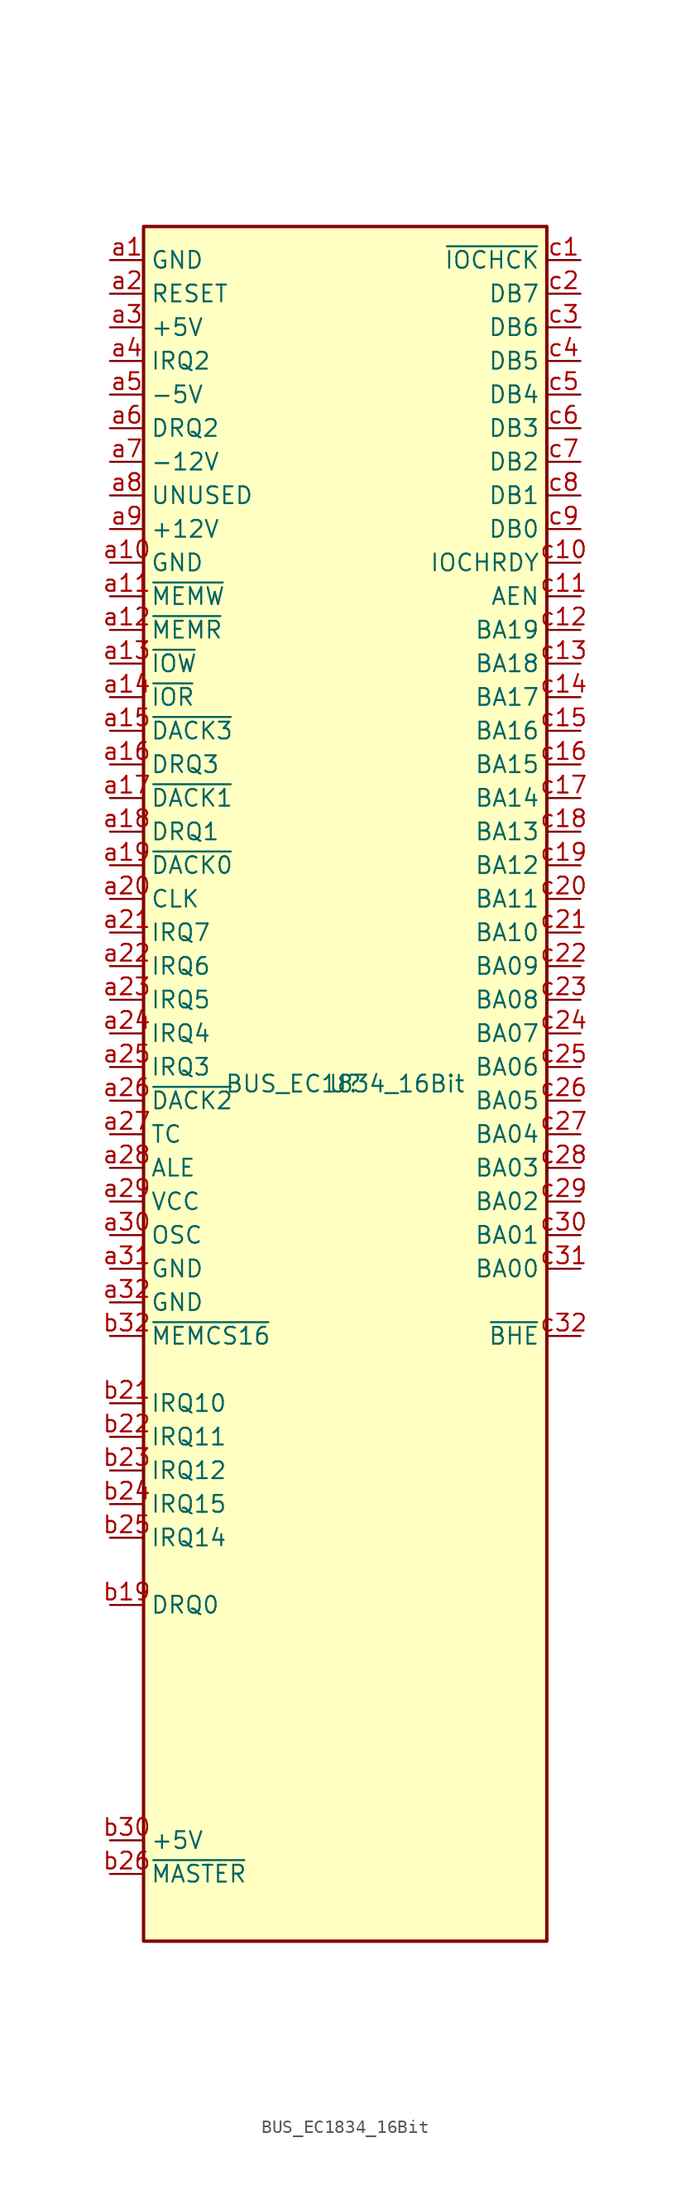
<source format=kicad_sym>
(kicad_symbol_lib
  (version 20211014)
  (generator kicad_symbol_editor)
  (symbol "BUS_EC1834_16Bit"
    (property "Reference" "U"
      (at 0 0 0)
      (effects (font (size 1.27 1.27))))
    (property "Value" "BUS_EC1834_16Bit"
      (at 0 0 0)
      (effects (font (size 1.27 1.27))))
    (symbol "BUS_EC1834_16Bit_0_1"
      (rectangle (start -15.24 -64.77) (end 15.24 64.77) (stroke (width 0.254) (type default) (color 0 0 0 0)) (fill (type background))))
    (symbol "BUS_EC1834_16Bit_1_1"
      (pin power_in line (at -17.78 62.23 0) (length 2.54) (name "GND" (effects (font (size 1.27 1.27)))) (number "a1" (effects (font (size 1.27 1.27)))))
      (pin power_in line (at -17.78 39.37 0) (length 2.54) (name "GND" (effects (font (size 1.27 1.27)))) (number "a10" (effects (font (size 1.27 1.27)))))
      (pin output line (at -17.78 36.83 0) (length 2.54) (name "~{MEMW}" (effects (font (size 1.27 1.27)))) (number "a11" (effects (font (size 1.27 1.27)))))
      (pin output line (at -17.78 34.29 0) (length 2.54) (name "~{MEMR}" (effects (font (size 1.27 1.27)))) (number "a12" (effects (font (size 1.27 1.27)))))
      (pin output line (at -17.78 31.75 0) (length 2.54) (name "~{IOW}" (effects (font (size 1.27 1.27)))) (number "a13" (effects (font (size 1.27 1.27)))))
      (pin output line (at -17.78 29.21 0) (length 2.54) (name "~{IOR}" (effects (font (size 1.27 1.27)))) (number "a14" (effects (font (size 1.27 1.27)))))
      (pin passive line (at -17.78 26.67 0) (length 2.54) (name "~{DACK3}" (effects (font (size 1.27 1.27)))) (number "a15" (effects (font (size 1.27 1.27)))))
      (pin passive line (at -17.78 24.13 0) (length 2.54) (name "DRQ3" (effects (font (size 1.27 1.27)))) (number "a16" (effects (font (size 1.27 1.27)))))
      (pin passive line (at -17.78 21.59 0) (length 2.54) (name "~{DACK1}" (effects (font (size 1.27 1.27)))) (number "a17" (effects (font (size 1.27 1.27)))))
      (pin passive line (at -17.78 19.05 0) (length 2.54) (name "DRQ1" (effects (font (size 1.27 1.27)))) (number "a18" (effects (font (size 1.27 1.27)))))
      (pin passive line (at -17.78 16.51 0) (length 2.54) (name "~{DACK0}" (effects (font (size 1.27 1.27)))) (number "a19" (effects (font (size 1.27 1.27)))))
      (pin output line (at -17.78 59.69 0) (length 2.54) (name "RESET" (effects (font (size 1.27 1.27)))) (number "a2" (effects (font (size 1.27 1.27)))))
      (pin output line (at -17.78 13.97 0) (length 2.54) (name "CLK" (effects (font (size 1.27 1.27)))) (number "a20" (effects (font (size 1.27 1.27)))))
      (pin passive line (at -17.78 11.43 0) (length 2.54) (name "IRQ7" (effects (font (size 1.27 1.27)))) (number "a21" (effects (font (size 1.27 1.27)))))
      (pin passive line (at -17.78 8.89 0) (length 2.54) (name "IRQ6" (effects (font (size 1.27 1.27)))) (number "a22" (effects (font (size 1.27 1.27)))))
      (pin passive line (at -17.78 6.35 0) (length 2.54) (name "IRQ5" (effects (font (size 1.27 1.27)))) (number "a23" (effects (font (size 1.27 1.27)))))
      (pin passive line (at -17.78 3.81 0) (length 2.54) (name "IRQ4" (effects (font (size 1.27 1.27)))) (number "a24" (effects (font (size 1.27 1.27)))))
      (pin passive line (at -17.78 1.27 0) (length 2.54) (name "IRQ3" (effects (font (size 1.27 1.27)))) (number "a25" (effects (font (size 1.27 1.27)))))
      (pin passive line (at -17.78 -1.27 0) (length 2.54) (name "~{DACK2}" (effects (font (size 1.27 1.27)))) (number "a26" (effects (font (size 1.27 1.27)))))
      (pin passive line (at -17.78 -3.81 0) (length 2.54) (name "TC" (effects (font (size 1.27 1.27)))) (number "a27" (effects (font (size 1.27 1.27)))))
      (pin output line (at -17.78 -6.35 0) (length 2.54) (name "ALE" (effects (font (size 1.27 1.27)))) (number "a28" (effects (font (size 1.27 1.27)))))
      (pin power_in line (at -17.78 -8.89 0) (length 2.54) (name "VCC" (effects (font (size 1.27 1.27)))) (number "a29" (effects (font (size 1.27 1.27)))))
      (pin power_in line (at -17.78 57.15 0) (length 2.54) (name "+5V" (effects (font (size 1.27 1.27)))) (number "a3" (effects (font (size 1.27 1.27)))))
      (pin output line (at -17.78 -11.43 0) (length 2.54) (name "OSC" (effects (font (size 1.27 1.27)))) (number "a30" (effects (font (size 1.27 1.27)))))
      (pin power_in line (at -17.78 -13.97 0) (length 2.54) (name "GND" (effects (font (size 1.27 1.27)))) (number "a31" (effects (font (size 1.27 1.27)))))
      (pin power_in line (at -17.78 -16.51 0) (length 2.54) (name "GND" (effects (font (size 1.27 1.27)))) (number "a32" (effects (font (size 1.27 1.27)))))
      (pin passive line (at -17.78 54.61 0) (length 2.54) (name "IRQ2" (effects (font (size 1.27 1.27)))) (number "a4" (effects (font (size 1.27 1.27)))))
      (pin power_in line (at -17.78 52.07 0) (length 2.54) (name "-5V" (effects (font (size 1.27 1.27)))) (number "a5" (effects (font (size 1.27 1.27)))))
      (pin passive line (at -17.78 49.53 0) (length 2.54) (name "DRQ2" (effects (font (size 1.27 1.27)))) (number "a6" (effects (font (size 1.27 1.27)))))
      (pin power_in line (at -17.78 46.99 0) (length 2.54) (name "-12V" (effects (font (size 1.27 1.27)))) (number "a7" (effects (font (size 1.27 1.27)))))
      (pin passive line (at -17.78 44.45 0) (length 2.54) (name "UNUSED" (effects (font (size 1.27 1.27)))) (number "a8" (effects (font (size 1.27 1.27)))))
      (pin power_in line (at -17.78 41.91 0) (length 2.54) (name "+12V" (effects (font (size 1.27 1.27)))) (number "a9" (effects (font (size 1.27 1.27)))))
      (pin no_connect line (at 17.78 -24.13 180) (length 2.54) hide (name "UNUSED" (effects (font (size 1.27 1.27)))) (number "b1" (effects (font (size 1.27 1.27)))))
      (pin no_connect line (at 17.78 -26.67 180) (length 2.54) hide (name "UNUSED" (effects (font (size 1.27 1.27)))) (number "b10" (effects (font (size 1.27 1.27)))))
      (pin no_connect line (at 17.78 -29.21 180) (length 2.54) hide (name "UNUSED" (effects (font (size 1.27 1.27)))) (number "b11" (effects (font (size 1.27 1.27)))))
      (pin no_connect line (at 17.78 -31.75 180) (length 2.54) hide (name "UNUSED" (effects (font (size 1.27 1.27)))) (number "b12" (effects (font (size 1.27 1.27)))))
      (pin no_connect line (at 17.78 -34.29 180) (length 2.54) hide (name "UNUSED" (effects (font (size 1.27 1.27)))) (number "b13" (effects (font (size 1.27 1.27)))))
      (pin no_connect line (at 17.78 -36.83 180) (length 2.54) hide (name "UNUSED" (effects (font (size 1.27 1.27)))) (number "b14" (effects (font (size 1.27 1.27)))))
      (pin no_connect line (at 17.78 -39.37 180) (length 2.54) hide (name "UNUSED" (effects (font (size 1.27 1.27)))) (number "b15" (effects (font (size 1.27 1.27)))))
      (pin no_connect line (at 17.78 -41.91 180) (length 2.54) hide (name "UNUSED" (effects (font (size 1.27 1.27)))) (number "b16" (effects (font (size 1.27 1.27)))))
      (pin no_connect line (at 17.78 -44.45 180) (length 2.54) hide (name "UNUSED" (effects (font (size 1.27 1.27)))) (number "b17" (effects (font (size 1.27 1.27)))))
      (pin no_connect line (at 17.78 -46.99 180) (length 2.54) hide (name "UNUSED" (effects (font (size 1.27 1.27)))) (number "b18" (effects (font (size 1.27 1.27)))))
      (pin passive line (at -17.78 -39.37 0) (length 2.54) (name "DRQ0" (effects (font (size 1.27 1.27)))) (number "b19" (effects (font (size 1.27 1.27)))))
      (pin no_connect line (at 17.78 -49.53 180) (length 2.54) hide (name "UNUSED" (effects (font (size 1.27 1.27)))) (number "b20" (effects (font (size 1.27 1.27)))))
      (pin passive line (at -17.78 -24.13 0) (length 2.54) (name "IRQ10" (effects (font (size 1.27 1.27)))) (number "b21" (effects (font (size 1.27 1.27)))))
      (pin passive line (at -17.78 -26.67 0) (length 2.54) (name "IRQ11" (effects (font (size 1.27 1.27)))) (number "b22" (effects (font (size 1.27 1.27)))))
      (pin passive line (at -17.78 -29.21 0) (length 2.54) (name "IRQ12" (effects (font (size 1.27 1.27)))) (number "b23" (effects (font (size 1.27 1.27)))))
      (pin passive line (at -17.78 -31.75 0) (length 2.54) (name "IRQ15" (effects (font (size 1.27 1.27)))) (number "b24" (effects (font (size 1.27 1.27)))))
      (pin passive line (at -17.78 -34.29 0) (length 2.54) (name "IRQ14" (effects (font (size 1.27 1.27)))) (number "b25" (effects (font (size 1.27 1.27)))))
      (pin passive line (at -17.78 -59.69 0) (length 2.54) (name "~{MASTER}" (effects (font (size 1.27 1.27)))) (number "b26" (effects (font (size 1.27 1.27)))))
      (pin no_connect line (at 17.78 -52.07 180) (length 2.54) hide (name "UNUSED" (effects (font (size 1.27 1.27)))) (number "b27" (effects (font (size 1.27 1.27)))))
      (pin no_connect line (at 17.78 -54.61 180) (length 2.54) hide (name "UNUSED" (effects (font (size 1.27 1.27)))) (number "b28" (effects (font (size 1.27 1.27)))))
      (pin no_connect line (at 17.78 -57.15 180) (length 2.54) hide (name "UNUSED" (effects (font (size 1.27 1.27)))) (number "b29" (effects (font (size 1.27 1.27)))))
      (pin power_in line (at -17.78 -57.15 0) (length 2.54) (name "+5V" (effects (font (size 1.27 1.27)))) (number "b30" (effects (font (size 1.27 1.27)))))
      (pin no_connect line (at 17.78 -59.69 180) (length 2.54) hide (name "UNUSED" (effects (font (size 1.27 1.27)))) (number "b31" (effects (font (size 1.27 1.27)))))
      (pin passive line (at -17.78 -19.05 0) (length 2.54) (name "~{MEMCS16}" (effects (font (size 1.27 1.27)))) (number "b32" (effects (font (size 1.27 1.27)))))
      (pin passive line (at 17.78 62.23 180) (length 2.54) (name "~{IOCHCK}" (effects (font (size 1.27 1.27)))) (number "c1" (effects (font (size 1.27 1.27)))))
      (pin passive line (at 17.78 39.37 180) (length 2.54) (name "IOCHRDY" (effects (font (size 1.27 1.27)))) (number "c10" (effects (font (size 1.27 1.27)))))
      (pin output line (at 17.78 36.83 180) (length 2.54) (name "AEN" (effects (font (size 1.27 1.27)))) (number "c11" (effects (font (size 1.27 1.27)))))
      (pin tri_state line (at 17.78 34.29 180) (length 2.54) (name "BA19" (effects (font (size 1.27 1.27)))) (number "c12" (effects (font (size 1.27 1.27)))))
      (pin tri_state line (at 17.78 31.75 180) (length 2.54) (name "BA18" (effects (font (size 1.27 1.27)))) (number "c13" (effects (font (size 1.27 1.27)))))
      (pin tri_state line (at 17.78 29.21 180) (length 2.54) (name "BA17" (effects (font (size 1.27 1.27)))) (number "c14" (effects (font (size 1.27 1.27)))))
      (pin tri_state line (at 17.78 26.67 180) (length 2.54) (name "BA16" (effects (font (size 1.27 1.27)))) (number "c15" (effects (font (size 1.27 1.27)))))
      (pin tri_state line (at 17.78 24.13 180) (length 2.54) (name "BA15" (effects (font (size 1.27 1.27)))) (number "c16" (effects (font (size 1.27 1.27)))))
      (pin tri_state line (at 17.78 21.59 180) (length 2.54) (name "BA14" (effects (font (size 1.27 1.27)))) (number "c17" (effects (font (size 1.27 1.27)))))
      (pin tri_state line (at 17.78 19.05 180) (length 2.54) (name "BA13" (effects (font (size 1.27 1.27)))) (number "c18" (effects (font (size 1.27 1.27)))))
      (pin tri_state line (at 17.78 16.51 180) (length 2.54) (name "BA12" (effects (font (size 1.27 1.27)))) (number "c19" (effects (font (size 1.27 1.27)))))
      (pin tri_state line (at 17.78 59.69 180) (length 2.54) (name "DB7" (effects (font (size 1.27 1.27)))) (number "c2" (effects (font (size 1.27 1.27)))))
      (pin tri_state line (at 17.78 13.97 180) (length 2.54) (name "BA11" (effects (font (size 1.27 1.27)))) (number "c20" (effects (font (size 1.27 1.27)))))
      (pin tri_state line (at 17.78 11.43 180) (length 2.54) (name "BA10" (effects (font (size 1.27 1.27)))) (number "c21" (effects (font (size 1.27 1.27)))))
      (pin tri_state line (at 17.78 8.89 180) (length 2.54) (name "BA09" (effects (font (size 1.27 1.27)))) (number "c22" (effects (font (size 1.27 1.27)))))
      (pin tri_state line (at 17.78 6.35 180) (length 2.54) (name "BA08" (effects (font (size 1.27 1.27)))) (number "c23" (effects (font (size 1.27 1.27)))))
      (pin tri_state line (at 17.78 3.81 180) (length 2.54) (name "BA07" (effects (font (size 1.27 1.27)))) (number "c24" (effects (font (size 1.27 1.27)))))
      (pin tri_state line (at 17.78 1.27 180) (length 2.54) (name "BA06" (effects (font (size 1.27 1.27)))) (number "c25" (effects (font (size 1.27 1.27)))))
      (pin tri_state line (at 17.78 -1.27 180) (length 2.54) (name "BA05" (effects (font (size 1.27 1.27)))) (number "c26" (effects (font (size 1.27 1.27)))))
      (pin tri_state line (at 17.78 -3.81 180) (length 2.54) (name "BA04" (effects (font (size 1.27 1.27)))) (number "c27" (effects (font (size 1.27 1.27)))))
      (pin tri_state line (at 17.78 -6.35 180) (length 2.54) (name "BA03" (effects (font (size 1.27 1.27)))) (number "c28" (effects (font (size 1.27 1.27)))))
      (pin tri_state line (at 17.78 -8.89 180) (length 2.54) (name "BA02" (effects (font (size 1.27 1.27)))) (number "c29" (effects (font (size 1.27 1.27)))))
      (pin tri_state line (at 17.78 57.15 180) (length 2.54) (name "DB6" (effects (font (size 1.27 1.27)))) (number "c3" (effects (font (size 1.27 1.27)))))
      (pin tri_state line (at 17.78 -11.43 180) (length 2.54) (name "BA01" (effects (font (size 1.27 1.27)))) (number "c30" (effects (font (size 1.27 1.27)))))
      (pin tri_state line (at 17.78 -13.97 180) (length 2.54) (name "BA00" (effects (font (size 1.27 1.27)))) (number "c31" (effects (font (size 1.27 1.27)))))
      (pin passive line (at 17.78 -19.05 180) (length 2.54) (name "~{BHE}" (effects (font (size 1.27 1.27)))) (number "c32" (effects (font (size 1.27 1.27)))))
      (pin tri_state line (at 17.78 54.61 180) (length 2.54) (name "DB5" (effects (font (size 1.27 1.27)))) (number "c4" (effects (font (size 1.27 1.27)))))
      (pin tri_state line (at 17.78 52.07 180) (length 2.54) (name "DB4" (effects (font (size 1.27 1.27)))) (number "c5" (effects (font (size 1.27 1.27)))))
      (pin tri_state line (at 17.78 49.53 180) (length 2.54) (name "DB3" (effects (font (size 1.27 1.27)))) (number "c6" (effects (font (size 1.27 1.27)))))
      (pin tri_state line (at 17.78 46.99 180) (length 2.54) (name "DB2" (effects (font (size 1.27 1.27)))) (number "c7" (effects (font (size 1.27 1.27)))))
      (pin tri_state line (at 17.78 44.45 180) (length 2.54) (name "DB1" (effects (font (size 1.27 1.27)))) (number "c8" (effects (font (size 1.27 1.27)))))
      (pin tri_state line (at 17.78 41.91 180) (length 2.54) (name "DB0" (effects (font (size 1.27 1.27)))) (number "c9" (effects (font (size 1.27 1.27))))))))
</source>
